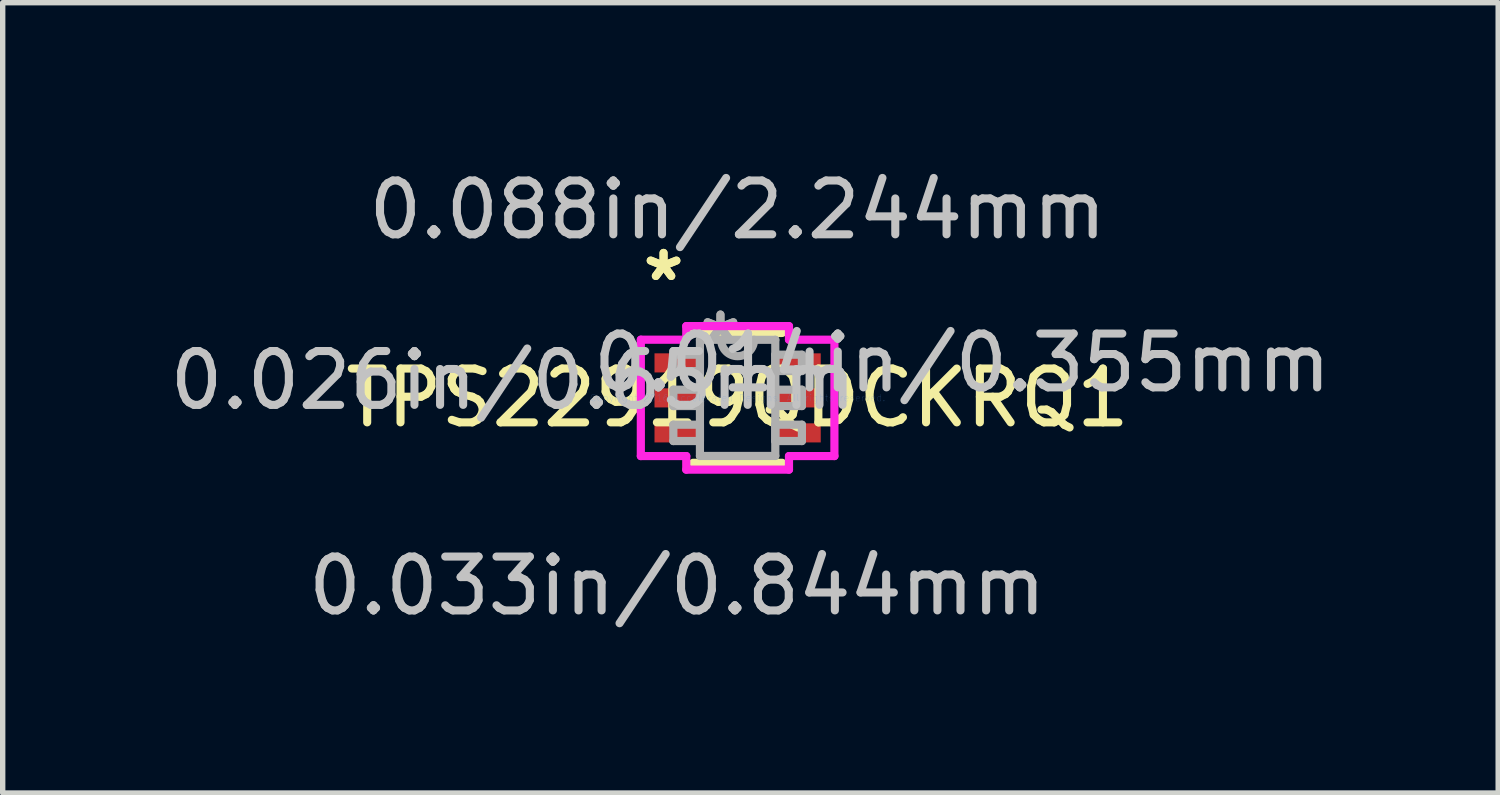
<source format=kicad_pcb>
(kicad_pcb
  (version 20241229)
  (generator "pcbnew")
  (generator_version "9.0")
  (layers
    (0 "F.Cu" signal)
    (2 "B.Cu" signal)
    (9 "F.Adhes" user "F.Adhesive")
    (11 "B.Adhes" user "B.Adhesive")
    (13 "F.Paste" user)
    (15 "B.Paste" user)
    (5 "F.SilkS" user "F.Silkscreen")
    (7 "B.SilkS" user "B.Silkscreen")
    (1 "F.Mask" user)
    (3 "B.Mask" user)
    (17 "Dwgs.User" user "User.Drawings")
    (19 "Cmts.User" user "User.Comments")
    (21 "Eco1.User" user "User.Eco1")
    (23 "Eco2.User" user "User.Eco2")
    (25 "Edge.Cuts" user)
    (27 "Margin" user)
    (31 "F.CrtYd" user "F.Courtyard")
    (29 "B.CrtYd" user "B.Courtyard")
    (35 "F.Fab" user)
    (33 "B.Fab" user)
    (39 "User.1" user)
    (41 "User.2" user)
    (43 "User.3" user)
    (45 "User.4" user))
  (footprint "TPS22919QDCKRQ1"
    (layer "F.Cu")
    (at 10.652 4.341)
    (property "Reference" "TPS22919QDCKRQ1" (at 0 0 0) (layer "F.SilkS") (effects (font (size 1 1) (thickness 0.15))))
    (attr through_hole)
    (fp_line (start -0.827 1.206) (end 0.827 1.206) (stroke (width 0.152) (type solid)) (layer "F.SilkS"))
    (fp_line (start 0.827 -1.206) (end -0.827 -1.206) (stroke (width 0.152) (type solid)) (layer "F.SilkS"))
    (fp_line (start -1.798 -1.081) (end -0.954 -1.081) (stroke (width 0.152) (type solid)) (layer "F.CrtYd"))
    (fp_line (start -1.798 1.081) (end -1.798 -1.081) (stroke (width 0.152) (type solid)) (layer "F.CrtYd"))
    (fp_line (start -0.954 -1.333) (end 0.954 -1.333) (stroke (width 0.152) (type solid)) (layer "F.CrtYd"))
    (fp_line (start -0.954 -1.081) (end -0.954 -1.333) (stroke (width 0.152) (type solid)) (layer "F.CrtYd"))
    (fp_line (start -0.954 1.081) (end -1.798 1.081) (stroke (width 0.152) (type solid)) (layer "F.CrtYd"))
    (fp_line (start -0.954 1.333) (end -0.954 1.081) (stroke (width 0.152) (type solid)) (layer "F.CrtYd"))
    (fp_line (start 0.954 -1.333) (end 0.954 -1.081) (stroke (width 0.152) (type solid)) (layer "F.CrtYd"))
    (fp_line (start 0.954 -1.081) (end 1.798 -1.081) (stroke (width 0.152) (type solid)) (layer "F.CrtYd"))
    (fp_line (start 0.954 1.081) (end 0.954 1.333) (stroke (width 0.152) (type solid)) (layer "F.CrtYd"))
    (fp_line (start 0.954 1.333) (end -0.954 1.333) (stroke (width 0.152) (type solid)) (layer "F.CrtYd"))
    (fp_line (start 1.798 -1.081) (end 1.798 1.081) (stroke (width 0.152) (type solid)) (layer "F.CrtYd"))
    (fp_line (start 1.798 1.081) (end 0.954 1.081) (stroke (width 0.152) (type solid)) (layer "F.CrtYd"))
    (fp_line (start -1.194 -0.802) (end -1.194 -0.498) (stroke (width 0.152) (type solid)) (layer "F.Fab"))
    (fp_line (start -1.194 -0.498) (end -0.7 -0.498) (stroke (width 0.152) (type solid)) (layer "F.Fab"))
    (fp_line (start -1.194 -0.152) (end -1.194 0.152) (stroke (width 0.152) (type solid)) (layer "F.Fab"))
    (fp_line (start -1.194 0.152) (end -0.7 0.152) (stroke (width 0.152) (type solid)) (layer "F.Fab"))
    (fp_line (start -1.194 0.498) (end -1.194 0.802) (stroke (width 0.152) (type solid)) (layer "F.Fab"))
    (fp_line (start -1.194 0.802) (end -0.7 0.802) (stroke (width 0.152) (type solid)) (layer "F.Fab"))
    (fp_line (start -0.7 -1.079) (end -0.7 1.079) (stroke (width 0.152) (type solid)) (layer "F.Fab"))
    (fp_line (start -0.7 -0.802) (end -1.194 -0.802) (stroke (width 0.152) (type solid)) (layer "F.Fab"))
    (fp_line (start -0.7 -0.498) (end -0.7 -0.802) (stroke (width 0.152) (type solid)) (layer "F.Fab"))
    (fp_line (start -0.7 -0.152) (end -1.194 -0.152) (stroke (width 0.152) (type solid)) (layer "F.Fab"))
    (fp_line (start -0.7 0.152) (end -0.7 -0.152) (stroke (width 0.152) (type solid)) (layer "F.Fab"))
    (fp_line (start -0.7 0.498) (end -1.194 0.498) (stroke (width 0.152) (type solid)) (layer "F.Fab"))
    (fp_line (start -0.7 0.802) (end -0.7 0.498) (stroke (width 0.152) (type solid)) (layer "F.Fab"))
    (fp_line (start -0.7 1.079) (end 0.7 1.079) (stroke (width 0.152) (type solid)) (layer "F.Fab"))
    (fp_line (start 0.7 -1.079) (end -0.7 -1.079) (stroke (width 0.152) (type solid)) (layer "F.Fab"))
    (fp_line (start 0.7 -0.802) (end 0.7 -0.498) (stroke (width 0.152) (type solid)) (layer "F.Fab"))
    (fp_line (start 0.7 -0.498) (end 1.194 -0.498) (stroke (width 0.152) (type solid)) (layer "F.Fab"))
    (fp_line (start 0.7 -0.152) (end 0.7 0.152) (stroke (width 0.152) (type solid)) (layer "F.Fab"))
    (fp_line (start 0.7 0.152) (end 1.194 0.152) (stroke (width 0.152) (type solid)) (layer "F.Fab"))
    (fp_line (start 0.7 0.498) (end 0.7 0.802) (stroke (width 0.152) (type solid)) (layer "F.Fab"))
    (fp_line (start 0.7 0.802) (end 1.194 0.802) (stroke (width 0.152) (type solid)) (layer "F.Fab"))
    (fp_line (start 0.7 1.079) (end 0.7 -1.079) (stroke (width 0.152) (type solid)) (layer "F.Fab"))
    (fp_line (start 1.194 -0.802) (end 0.7 -0.802) (stroke (width 0.152) (type solid)) (layer "F.Fab"))
    (fp_line (start 1.194 -0.498) (end 1.194 -0.802) (stroke (width 0.152) (type solid)) (layer "F.Fab"))
    (fp_line (start 1.194 -0.152) (end 0.7 -0.152) (stroke (width 0.152) (type solid)) (layer "F.Fab"))
    (fp_line (start 1.194 0.152) (end 1.194 -0.152) (stroke (width 0.152) (type solid)) (layer "F.Fab"))
    (fp_line (start 1.194 0.498) (end 0.7 0.498) (stroke (width 0.152) (type solid)) (layer "F.Fab"))
    (fp_line (start 1.194 0.802) (end 1.194 0.498) (stroke (width 0.152) (type solid)) (layer "F.Fab"))
    (fp_arc (start 0.3048 -1.0795) (mid 0 -0.7747) (end -0.3048 -1.0795) (stroke (width 0.1524) (type solid)) (layer "F.Fab"))
    (fp_text user "*" (at -1.376 -2.148 0) (layer "F.SilkS") (effects (font (size 1 1) (thickness 0.15))))
    (fp_text user "*" (at -1.376 -2.148 0) (layer "F.SilkS") (effects (font (size 1 1) (thickness 0.15))))
    (fp_text user "0.026in/0.65mm" (at -4.17 -0.325 0) (layer "Dwgs.User") (effects (font (size 1 1) (thickness 0.15))))
    (fp_text user "0.088in/2.244mm" (at 0 -3.493 0) (layer "Dwgs.User") (effects (font (size 1 1) (thickness 0.15))))
    (fp_text user "0.033in/0.844mm" (at -1.122 3.493 0) (layer "Dwgs.User") (effects (font (size 1 1) (thickness 0.15))))
    (fp_text user "0.014in/0.355mm" (at 4.17 -0.65 0) (layer "Dwgs.User") (effects (font (size 1 1) (thickness 0.15))))
    (fp_text user "Copyright 2016 Accelerated Designs. All rights reserved." (at 0 0 0) (layer "Cmts.User") (effects (font (size 0.127 0.127) (thickness 0.002))))
    (fp_text user "*" (at -0.319 -1.003 0) (layer "F.Fab") (effects (font (size 1 1) (thickness 0.15))))
    (fp_text user "*" (at -0.319 -1.003 0) (layer "F.Fab") (effects (font (size 1 1) (thickness 0.15))))
    (pad "1" smd rect (at -1.122 -0.65) (size 0.844 0.355) (layers "F.Cu" "F.Mask" "F.Paste"))
    (pad "2" smd rect (at -1.122 0) (size 0.844 0.355) (layers "F.Cu" "F.Mask" "F.Paste"))
    (pad "3" smd rect (at -1.122 0.65) (size 0.844 0.355) (layers "F.Cu" "F.Mask" "F.Paste"))
    (pad "4" smd rect (at 1.122 0.65) (size 0.844 0.355) (layers "F.Cu" "F.Mask" "F.Paste"))
    (pad "5" smd rect (at 1.122 0) (size 0.844 0.355) (layers "F.Cu" "F.Mask" "F.Paste"))
    (pad "6" smd rect (at 1.122 -0.65) (size 0.844 0.355) (layers "F.Cu" "F.Mask" "F.Paste")))
  (gr_rect
    (start -3 -3)
    (end 24.78 11.681)
    (stroke (width 0.1) (type default))
    (fill no)
    (layer "Edge.Cuts")))
</source>
